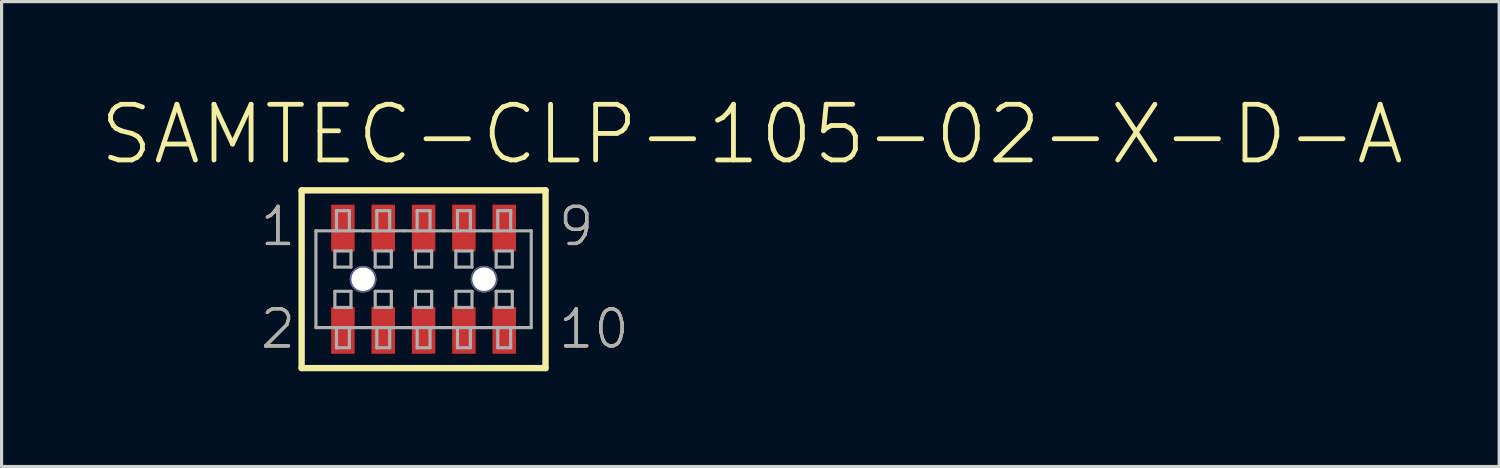
<source format=kicad_pcb>
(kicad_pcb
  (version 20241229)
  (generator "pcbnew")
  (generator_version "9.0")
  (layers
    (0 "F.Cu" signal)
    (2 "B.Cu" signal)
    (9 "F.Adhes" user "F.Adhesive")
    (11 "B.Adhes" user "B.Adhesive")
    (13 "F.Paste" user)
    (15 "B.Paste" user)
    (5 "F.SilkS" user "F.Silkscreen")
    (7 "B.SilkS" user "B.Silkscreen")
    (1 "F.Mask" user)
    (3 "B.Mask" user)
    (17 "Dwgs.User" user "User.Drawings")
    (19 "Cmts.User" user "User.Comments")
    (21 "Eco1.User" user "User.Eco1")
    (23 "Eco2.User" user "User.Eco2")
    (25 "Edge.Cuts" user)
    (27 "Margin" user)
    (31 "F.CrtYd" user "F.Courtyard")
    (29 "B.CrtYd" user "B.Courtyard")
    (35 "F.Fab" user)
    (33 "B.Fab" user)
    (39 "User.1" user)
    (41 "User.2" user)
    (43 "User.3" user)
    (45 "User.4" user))
  (footprint "SAMTEC-CLP-105-02-X-D-A"
    (layer "F.Cu")
    (at 10.291 5.744)
    (property "Reference" "SAMTEC-CLP-105-02-X-D-A" (at -10.291 -3.534 0) (unlocked yes) (layer "F.SilkS") (effects (font (size 1.753 1.753) (thickness 0.152)) (justify left bottom)))
    (fp_circle (center -1.905 0) (end -1.694 0) (stroke (width 0.421) (type solid)) (fill yes) (layer "F.Mask"))
    (fp_circle (center 1.905 0) (end 2.115 0) (stroke (width 0.421) (type solid)) (fill yes) (layer "F.Mask"))
    (fp_poly (pts (xy -2.961 -0.827) (xy -2.119 -0.827) (xy -2.119 -2.399) (xy -2.961 -2.399)) (stroke (width 0) (type default)) (fill yes) (layer "F.Mask"))
    (fp_poly (pts (xy -2.961 2.399) (xy -2.119 2.399) (xy -2.119 0.827) (xy -2.961 0.827)) (stroke (width 0) (type default)) (fill yes) (layer "F.Mask"))
    (fp_poly (pts (xy -1.691 -0.827) (xy -0.849 -0.827) (xy -0.849 -2.399) (xy -1.691 -2.399)) (stroke (width 0) (type default)) (fill yes) (layer "F.Mask"))
    (fp_poly (pts (xy -1.691 2.399) (xy -0.849 2.399) (xy -0.849 0.827) (xy -1.691 0.827)) (stroke (width 0) (type default)) (fill yes) (layer "F.Mask"))
    (fp_poly (pts (xy -0.421 -0.827) (xy 0.421 -0.827) (xy 0.421 -2.399) (xy -0.421 -2.399)) (stroke (width 0) (type default)) (fill yes) (layer "F.Mask"))
    (fp_poly (pts (xy -0.421 2.399) (xy 0.421 2.399) (xy 0.421 0.827) (xy -0.421 0.827)) (stroke (width 0) (type default)) (fill yes) (layer "F.Mask"))
    (fp_poly (pts (xy 0.849 -0.827) (xy 1.691 -0.827) (xy 1.691 -2.399) (xy 0.849 -2.399)) (stroke (width 0) (type default)) (fill yes) (layer "F.Mask"))
    (fp_poly (pts (xy 0.849 2.399) (xy 1.691 2.399) (xy 1.691 0.827) (xy 0.849 0.827)) (stroke (width 0) (type default)) (fill yes) (layer "F.Mask"))
    (fp_poly (pts (xy 2.119 -0.827) (xy 2.961 -0.827) (xy 2.961 -2.399) (xy 2.119 -2.399)) (stroke (width 0) (type default)) (fill yes) (layer "F.Mask"))
    (fp_poly (pts (xy 2.119 2.399) (xy 2.961 2.399) (xy 2.961 0.827) (xy 2.119 0.827)) (stroke (width 0) (type default)) (fill yes) (layer "F.Mask"))
    (fp_circle (center -1.905 0) (end -1.694 0) (stroke (width 0.421) (type solid)) (fill yes) (layer "B.Mask"))
    (fp_circle (center 1.905 0) (end 2.115 0) (stroke (width 0.421) (type solid)) (fill yes) (layer "B.Mask"))
    (fp_line (start -3.841 -2.799) (end -3.841 2.799) (stroke (width 0.2) (type solid)) (layer "F.SilkS"))
    (fp_line (start -3.841 2.799) (end 3.841 2.799) (stroke (width 0.2) (type solid)) (layer "F.SilkS"))
    (fp_line (start 3.841 -2.799) (end -3.841 -2.799) (stroke (width 0.2) (type solid)) (layer "F.SilkS"))
    (fp_line (start 3.841 2.799) (end 3.841 -2.799) (stroke (width 0.2) (type solid)) (layer "F.SilkS"))
    (fp_poly (pts (xy -2.91 -0.878) (xy -2.17 -0.878) (xy -2.17 -2.348) (xy -2.91 -2.348)) (stroke (width 0) (type default)) (fill yes) (layer "F.Paste"))
    (fp_poly (pts (xy -2.91 2.348) (xy -2.17 2.348) (xy -2.17 0.878) (xy -2.91 0.878)) (stroke (width 0) (type default)) (fill yes) (layer "F.Paste"))
    (fp_poly (pts (xy -1.64 -0.878) (xy -0.9 -0.878) (xy -0.9 -2.348) (xy -1.64 -2.348)) (stroke (width 0) (type default)) (fill yes) (layer "F.Paste"))
    (fp_poly (pts (xy -1.64 2.348) (xy -0.9 2.348) (xy -0.9 0.878) (xy -1.64 0.878)) (stroke (width 0) (type default)) (fill yes) (layer "F.Paste"))
    (fp_poly (pts (xy -0.37 -0.878) (xy 0.37 -0.878) (xy 0.37 -2.348) (xy -0.37 -2.348)) (stroke (width 0) (type default)) (fill yes) (layer "F.Paste"))
    (fp_poly (pts (xy -0.37 2.348) (xy 0.37 2.348) (xy 0.37 0.878) (xy -0.37 0.878)) (stroke (width 0) (type default)) (fill yes) (layer "F.Paste"))
    (fp_poly (pts (xy 0.9 -0.878) (xy 1.64 -0.878) (xy 1.64 -2.348) (xy 0.9 -2.348)) (stroke (width 0) (type default)) (fill yes) (layer "F.Paste"))
    (fp_poly (pts (xy 0.9 2.348) (xy 1.64 2.348) (xy 1.64 0.878) (xy 0.9 0.878)) (stroke (width 0) (type default)) (fill yes) (layer "F.Paste"))
    (fp_poly (pts (xy 2.17 -0.878) (xy 2.91 -0.878) (xy 2.91 -2.348) (xy 2.17 -2.348)) (stroke (width 0) (type default)) (fill yes) (layer "F.Paste"))
    (fp_poly (pts (xy 2.17 2.348) (xy 2.91 2.348) (xy 2.91 0.878) (xy 2.17 0.878)) (stroke (width 0) (type default)) (fill yes) (layer "F.Paste"))
    (fp_circle (center -1.905 0) (end -1.535 0) (stroke (width 0.1) (type solid)) (fill no) (layer "B.Fab"))
    (fp_circle (center 1.905 0) (end 2.275 0) (stroke (width 0.1) (type solid)) (fill no) (layer "B.Fab"))
    (fp_line (start -3.391 -1.524) (end -3.391 1.524) (stroke (width 0.1) (type solid)) (layer "F.Fab"))
    (fp_line (start -3.391 1.524) (end -1.905 1.524) (stroke (width 0.1) (type solid)) (layer "F.Fab"))
    (fp_line (start -2.794 -0.889) (end -2.794 -0.381) (stroke (width 0.1) (type solid)) (layer "F.Fab"))
    (fp_line (start -2.794 -0.381) (end -2.286 -0.381) (stroke (width 0.1) (type solid)) (layer "F.Fab"))
    (fp_line (start -2.794 0.381) (end -2.794 0.889) (stroke (width 0.1) (type solid)) (layer "F.Fab"))
    (fp_line (start -2.794 0.889) (end -2.286 0.889) (stroke (width 0.1) (type solid)) (layer "F.Fab"))
    (fp_line (start -2.743 -2.159) (end -2.337 -2.159) (stroke (width 0.1) (type solid)) (layer "F.Fab"))
    (fp_line (start -2.743 -1.524) (end -2.743 -2.159) (stroke (width 0.1) (type solid)) (layer "F.Fab"))
    (fp_line (start -2.743 1.524) (end -2.743 2.159) (stroke (width 0.1) (type solid)) (layer "F.Fab"))
    (fp_line (start -2.337 -2.159) (end -2.337 -1.524) (stroke (width 0.1) (type solid)) (layer "F.Fab"))
    (fp_line (start -2.337 1.524) (end -2.337 2.159) (stroke (width 0.1) (type solid)) (layer "F.Fab"))
    (fp_line (start -2.337 2.159) (end -2.743 2.159) (stroke (width 0.1) (type solid)) (layer "F.Fab"))
    (fp_line (start -2.286 -0.889) (end -2.794 -0.889) (stroke (width 0.1) (type solid)) (layer "F.Fab"))
    (fp_line (start -2.286 -0.381) (end -2.286 -0.889) (stroke (width 0.1) (type solid)) (layer "F.Fab"))
    (fp_line (start -2.286 0.381) (end -2.794 0.381) (stroke (width 0.1) (type solid)) (layer "F.Fab"))
    (fp_line (start -2.286 0.889) (end -2.286 0.381) (stroke (width 0.1) (type solid)) (layer "F.Fab"))
    (fp_line (start -1.905 -1.524) (end -3.391 -1.524) (stroke (width 0.1) (type solid)) (layer "F.Fab"))
    (fp_line (start -1.905 1.524) (end -0.635 1.524) (stroke (width 0.1) (type solid)) (layer "F.Fab"))
    (fp_line (start -1.524 -0.889) (end -1.524 -0.381) (stroke (width 0.1) (type solid)) (layer "F.Fab"))
    (fp_line (start -1.524 -0.381) (end -1.016 -0.381) (stroke (width 0.1) (type solid)) (layer "F.Fab"))
    (fp_line (start -1.524 0.381) (end -1.524 0.889) (stroke (width 0.1) (type solid)) (layer "F.Fab"))
    (fp_line (start -1.524 0.889) (end -1.016 0.889) (stroke (width 0.1) (type solid)) (layer "F.Fab"))
    (fp_line (start -1.473 -2.159) (end -1.067 -2.159) (stroke (width 0.1) (type solid)) (layer "F.Fab"))
    (fp_line (start -1.473 -1.524) (end -1.473 -2.159) (stroke (width 0.1) (type solid)) (layer "F.Fab"))
    (fp_line (start -1.473 2.159) (end -1.473 1.524) (stroke (width 0.1) (type solid)) (layer "F.Fab"))
    (fp_line (start -1.067 -2.159) (end -1.067 -1.524) (stroke (width 0.1) (type solid)) (layer "F.Fab"))
    (fp_line (start -1.067 1.524) (end -1.067 2.159) (stroke (width 0.1) (type solid)) (layer "F.Fab"))
    (fp_line (start -1.067 2.159) (end -1.473 2.159) (stroke (width 0.1) (type solid)) (layer "F.Fab"))
    (fp_line (start -1.016 -0.889) (end -1.524 -0.889) (stroke (width 0.1) (type solid)) (layer "F.Fab"))
    (fp_line (start -1.016 -0.381) (end -1.016 -0.889) (stroke (width 0.1) (type solid)) (layer "F.Fab"))
    (fp_line (start -1.016 0.381) (end -1.524 0.381) (stroke (width 0.1) (type solid)) (layer "F.Fab"))
    (fp_line (start -1.016 0.889) (end -1.016 0.381) (stroke (width 0.1) (type solid)) (layer "F.Fab"))
    (fp_line (start -0.635 -1.524) (end -1.905 -1.524) (stroke (width 0.1) (type solid)) (layer "F.Fab"))
    (fp_line (start -0.635 1.524) (end 0.635 1.524) (stroke (width 0.1) (type solid)) (layer "F.Fab"))
    (fp_line (start -0.254 -0.889) (end -0.254 -0.381) (stroke (width 0.1) (type solid)) (layer "F.Fab"))
    (fp_line (start -0.254 -0.381) (end 0.254 -0.381) (stroke (width 0.1) (type solid)) (layer "F.Fab"))
    (fp_line (start -0.254 0.381) (end -0.254 0.889) (stroke (width 0.1) (type solid)) (layer "F.Fab"))
    (fp_line (start -0.254 0.889) (end 0.254 0.889) (stroke (width 0.1) (type solid)) (layer "F.Fab"))
    (fp_line (start -0.203 -2.159) (end 0.203 -2.159) (stroke (width 0.1) (type solid)) (layer "F.Fab"))
    (fp_line (start -0.203 -1.524) (end -0.203 -2.159) (stroke (width 0.1) (type solid)) (layer "F.Fab"))
    (fp_line (start -0.203 2.159) (end -0.203 1.524) (stroke (width 0.1) (type solid)) (layer "F.Fab"))
    (fp_line (start 0.203 -2.159) (end 0.203 -1.524) (stroke (width 0.1) (type solid)) (layer "F.Fab"))
    (fp_line (start 0.203 1.524) (end 0.203 2.159) (stroke (width 0.1) (type solid)) (layer "F.Fab"))
    (fp_line (start 0.203 2.159) (end -0.203 2.159) (stroke (width 0.1) (type solid)) (layer "F.Fab"))
    (fp_line (start 0.254 -0.889) (end -0.254 -0.889) (stroke (width 0.1) (type solid)) (layer "F.Fab"))
    (fp_line (start 0.254 -0.381) (end 0.254 -0.889) (stroke (width 0.1) (type solid)) (layer "F.Fab"))
    (fp_line (start 0.254 0.381) (end -0.254 0.381) (stroke (width 0.1) (type solid)) (layer "F.Fab"))
    (fp_line (start 0.254 0.889) (end 0.254 0.381) (stroke (width 0.1) (type solid)) (layer "F.Fab"))
    (fp_line (start 0.635 -1.524) (end -0.635 -1.524) (stroke (width 0.1) (type solid)) (layer "F.Fab"))
    (fp_line (start 0.635 1.524) (end 1.905 1.524) (stroke (width 0.1) (type solid)) (layer "F.Fab"))
    (fp_line (start 1.016 -0.889) (end 1.016 -0.381) (stroke (width 0.1) (type solid)) (layer "F.Fab"))
    (fp_line (start 1.016 -0.381) (end 1.524 -0.381) (stroke (width 0.1) (type solid)) (layer "F.Fab"))
    (fp_line (start 1.016 0.381) (end 1.016 0.889) (stroke (width 0.1) (type solid)) (layer "F.Fab"))
    (fp_line (start 1.016 0.889) (end 1.524 0.889) (stroke (width 0.1) (type solid)) (layer "F.Fab"))
    (fp_line (start 1.067 -2.159) (end 1.473 -2.159) (stroke (width 0.1) (type solid)) (layer "F.Fab"))
    (fp_line (start 1.067 -1.524) (end 1.067 -2.159) (stroke (width 0.1) (type solid)) (layer "F.Fab"))
    (fp_line (start 1.067 2.159) (end 1.067 1.524) (stroke (width 0.1) (type solid)) (layer "F.Fab"))
    (fp_line (start 1.473 -2.159) (end 1.473 -1.524) (stroke (width 0.1) (type solid)) (layer "F.Fab"))
    (fp_line (start 1.473 1.524) (end 1.473 2.159) (stroke (width 0.1) (type solid)) (layer "F.Fab"))
    (fp_line (start 1.473 2.159) (end 1.067 2.159) (stroke (width 0.1) (type solid)) (layer "F.Fab"))
    (fp_line (start 1.524 -0.889) (end 1.016 -0.889) (stroke (width 0.1) (type solid)) (layer "F.Fab"))
    (fp_line (start 1.524 -0.381) (end 1.524 -0.889) (stroke (width 0.1) (type solid)) (layer "F.Fab"))
    (fp_line (start 1.524 0.381) (end 1.016 0.381) (stroke (width 0.1) (type solid)) (layer "F.Fab"))
    (fp_line (start 1.524 0.889) (end 1.524 0.381) (stroke (width 0.1) (type solid)) (layer "F.Fab"))
    (fp_line (start 1.905 -1.524) (end 0.635 -1.524) (stroke (width 0.1) (type solid)) (layer "F.Fab"))
    (fp_line (start 1.905 1.524) (end 3.391 1.524) (stroke (width 0.1) (type solid)) (layer "F.Fab"))
    (fp_line (start 2.286 -0.889) (end 2.286 -0.381) (stroke (width 0.1) (type solid)) (layer "F.Fab"))
    (fp_line (start 2.286 -0.381) (end 2.794 -0.381) (stroke (width 0.1) (type solid)) (layer "F.Fab"))
    (fp_line (start 2.286 0.381) (end 2.286 0.889) (stroke (width 0.1) (type solid)) (layer "F.Fab"))
    (fp_line (start 2.286 0.889) (end 2.794 0.889) (stroke (width 0.1) (type solid)) (layer "F.Fab"))
    (fp_line (start 2.337 -2.159) (end 2.743 -2.159) (stroke (width 0.1) (type solid)) (layer "F.Fab"))
    (fp_line (start 2.337 -1.524) (end 2.337 -2.159) (stroke (width 0.1) (type solid)) (layer "F.Fab"))
    (fp_line (start 2.337 2.159) (end 2.337 1.524) (stroke (width 0.1) (type solid)) (layer "F.Fab"))
    (fp_line (start 2.743 -1.524) (end 2.743 -2.159) (stroke (width 0.1) (type solid)) (layer "F.Fab"))
    (fp_line (start 2.743 1.524) (end 2.743 2.159) (stroke (width 0.1) (type solid)) (layer "F.Fab"))
    (fp_line (start 2.743 2.159) (end 2.337 2.159) (stroke (width 0.1) (type solid)) (layer "F.Fab"))
    (fp_line (start 2.794 -0.889) (end 2.286 -0.889) (stroke (width 0.1) (type solid)) (layer "F.Fab"))
    (fp_line (start 2.794 -0.381) (end 2.794 -0.889) (stroke (width 0.1) (type solid)) (layer "F.Fab"))
    (fp_line (start 2.794 0.381) (end 2.286 0.381) (stroke (width 0.1) (type solid)) (layer "F.Fab"))
    (fp_line (start 2.794 0.889) (end 2.794 0.381) (stroke (width 0.1) (type solid)) (layer "F.Fab"))
    (fp_line (start 3.391 -1.524) (end 1.905 -1.524) (stroke (width 0.1) (type solid)) (layer "F.Fab"))
    (fp_line (start 3.391 1.524) (end 3.391 -1.524) (stroke (width 0.1) (type solid)) (layer "F.Fab"))
    (fp_circle (center -1.905 0) (end -1.535 0) (stroke (width 0.1) (type solid)) (fill no) (layer "F.Fab"))
    (fp_circle (center 1.905 0) (end 2.275 0) (stroke (width 0.1) (type solid)) (fill no) (layer "F.Fab"))
    (fp_text user "1" (at -5.211 -0.978 0) (unlocked yes) (layer "F.SilkS") (effects (font (size 1.168 1.168) (thickness 0.102)) (justify left bottom)))
    (fp_text user "9" (at 4.182 -0.978 0) (unlocked yes) (layer "F.SilkS") (effects (font (size 1.168 1.168) (thickness 0.102)) (justify left bottom)))
    (fp_text user "2" (at -5.211 2.248 0) (unlocked yes) (layer "F.SilkS") (effects (font (size 1.168 1.168) (thickness 0.102)) (justify left bottom)))
    (fp_text user "10" (at 4.182 2.248 0) (unlocked yes) (layer "F.SilkS") (effects (font (size 1.168 1.168) (thickness 0.102)) (justify left bottom)))
    (fp_text user "1" (at -5.211 -0.978 0) (unlocked yes) (layer "F.Fab") (effects (font (size 1.168 1.168) (thickness 0.102)) (justify left bottom)))
    (fp_text user "9" (at 4.182 -0.978 0) (unlocked yes) (layer "F.Fab") (effects (font (size 1.168 1.168) (thickness 0.102)) (justify left bottom)))
    (fp_text user "10" (at 4.182 2.248 0) (unlocked yes) (layer "F.Fab") (effects (font (size 1.168 1.168) (thickness 0.102)) (justify left bottom)))
    (fp_text user "2" (at -5.211 2.248 0) (unlocked yes) (layer "F.Fab") (effects (font (size 1.168 1.168) (thickness 0.102)) (justify left bottom)))
    (pad "" np_thru_hole circle (at -1.905 0) (size 0.74 0.74) (drill 0.74) (layers "*.Cu" "*.Mask"))
    (pad "" np_thru_hole circle (at 1.905 0) (size 0.74 0.74) (drill 0.74) (layers "*.Cu" "*.Mask"))
    (pad "1" smd rect (at -2.54 -1.613) (size 0.74 1.47) (layers "F.Cu" "F.Paste"))
    (pad "2" smd rect (at -2.54 1.613) (size 0.74 1.47) (layers "F.Cu" "F.Paste"))
    (pad "3" smd rect (at -1.27 -1.613) (size 0.74 1.47) (layers "F.Cu" "F.Paste"))
    (pad "4" smd rect (at -1.27 1.613) (size 0.74 1.47) (layers "F.Cu" "F.Paste"))
    (pad "5" smd rect (at 0 -1.613) (size 0.74 1.47) (layers "F.Cu" "F.Paste"))
    (pad "6" smd rect (at 0 1.613) (size 0.74 1.47) (layers "F.Cu" "F.Paste"))
    (pad "7" smd rect (at 1.27 -1.613) (size 0.74 1.47) (layers "F.Cu" "F.Paste"))
    (pad "8" smd rect (at 1.27 1.613) (size 0.74 1.47) (layers "F.Cu" "F.Paste"))
    (pad "9" smd rect (at 2.54 -1.613) (size 0.74 1.47) (layers "F.Cu" "F.Paste"))
    (pad "10" smd rect (at 2.54 1.613) (size 0.74 1.47) (layers "F.Cu" "F.Paste")))
  (gr_rect
    (start -3 -3)
    (end 44.168 11.643)
    (stroke (width 0.1) (type default))
    (fill no)
    (layer "Edge.Cuts")))
</source>
